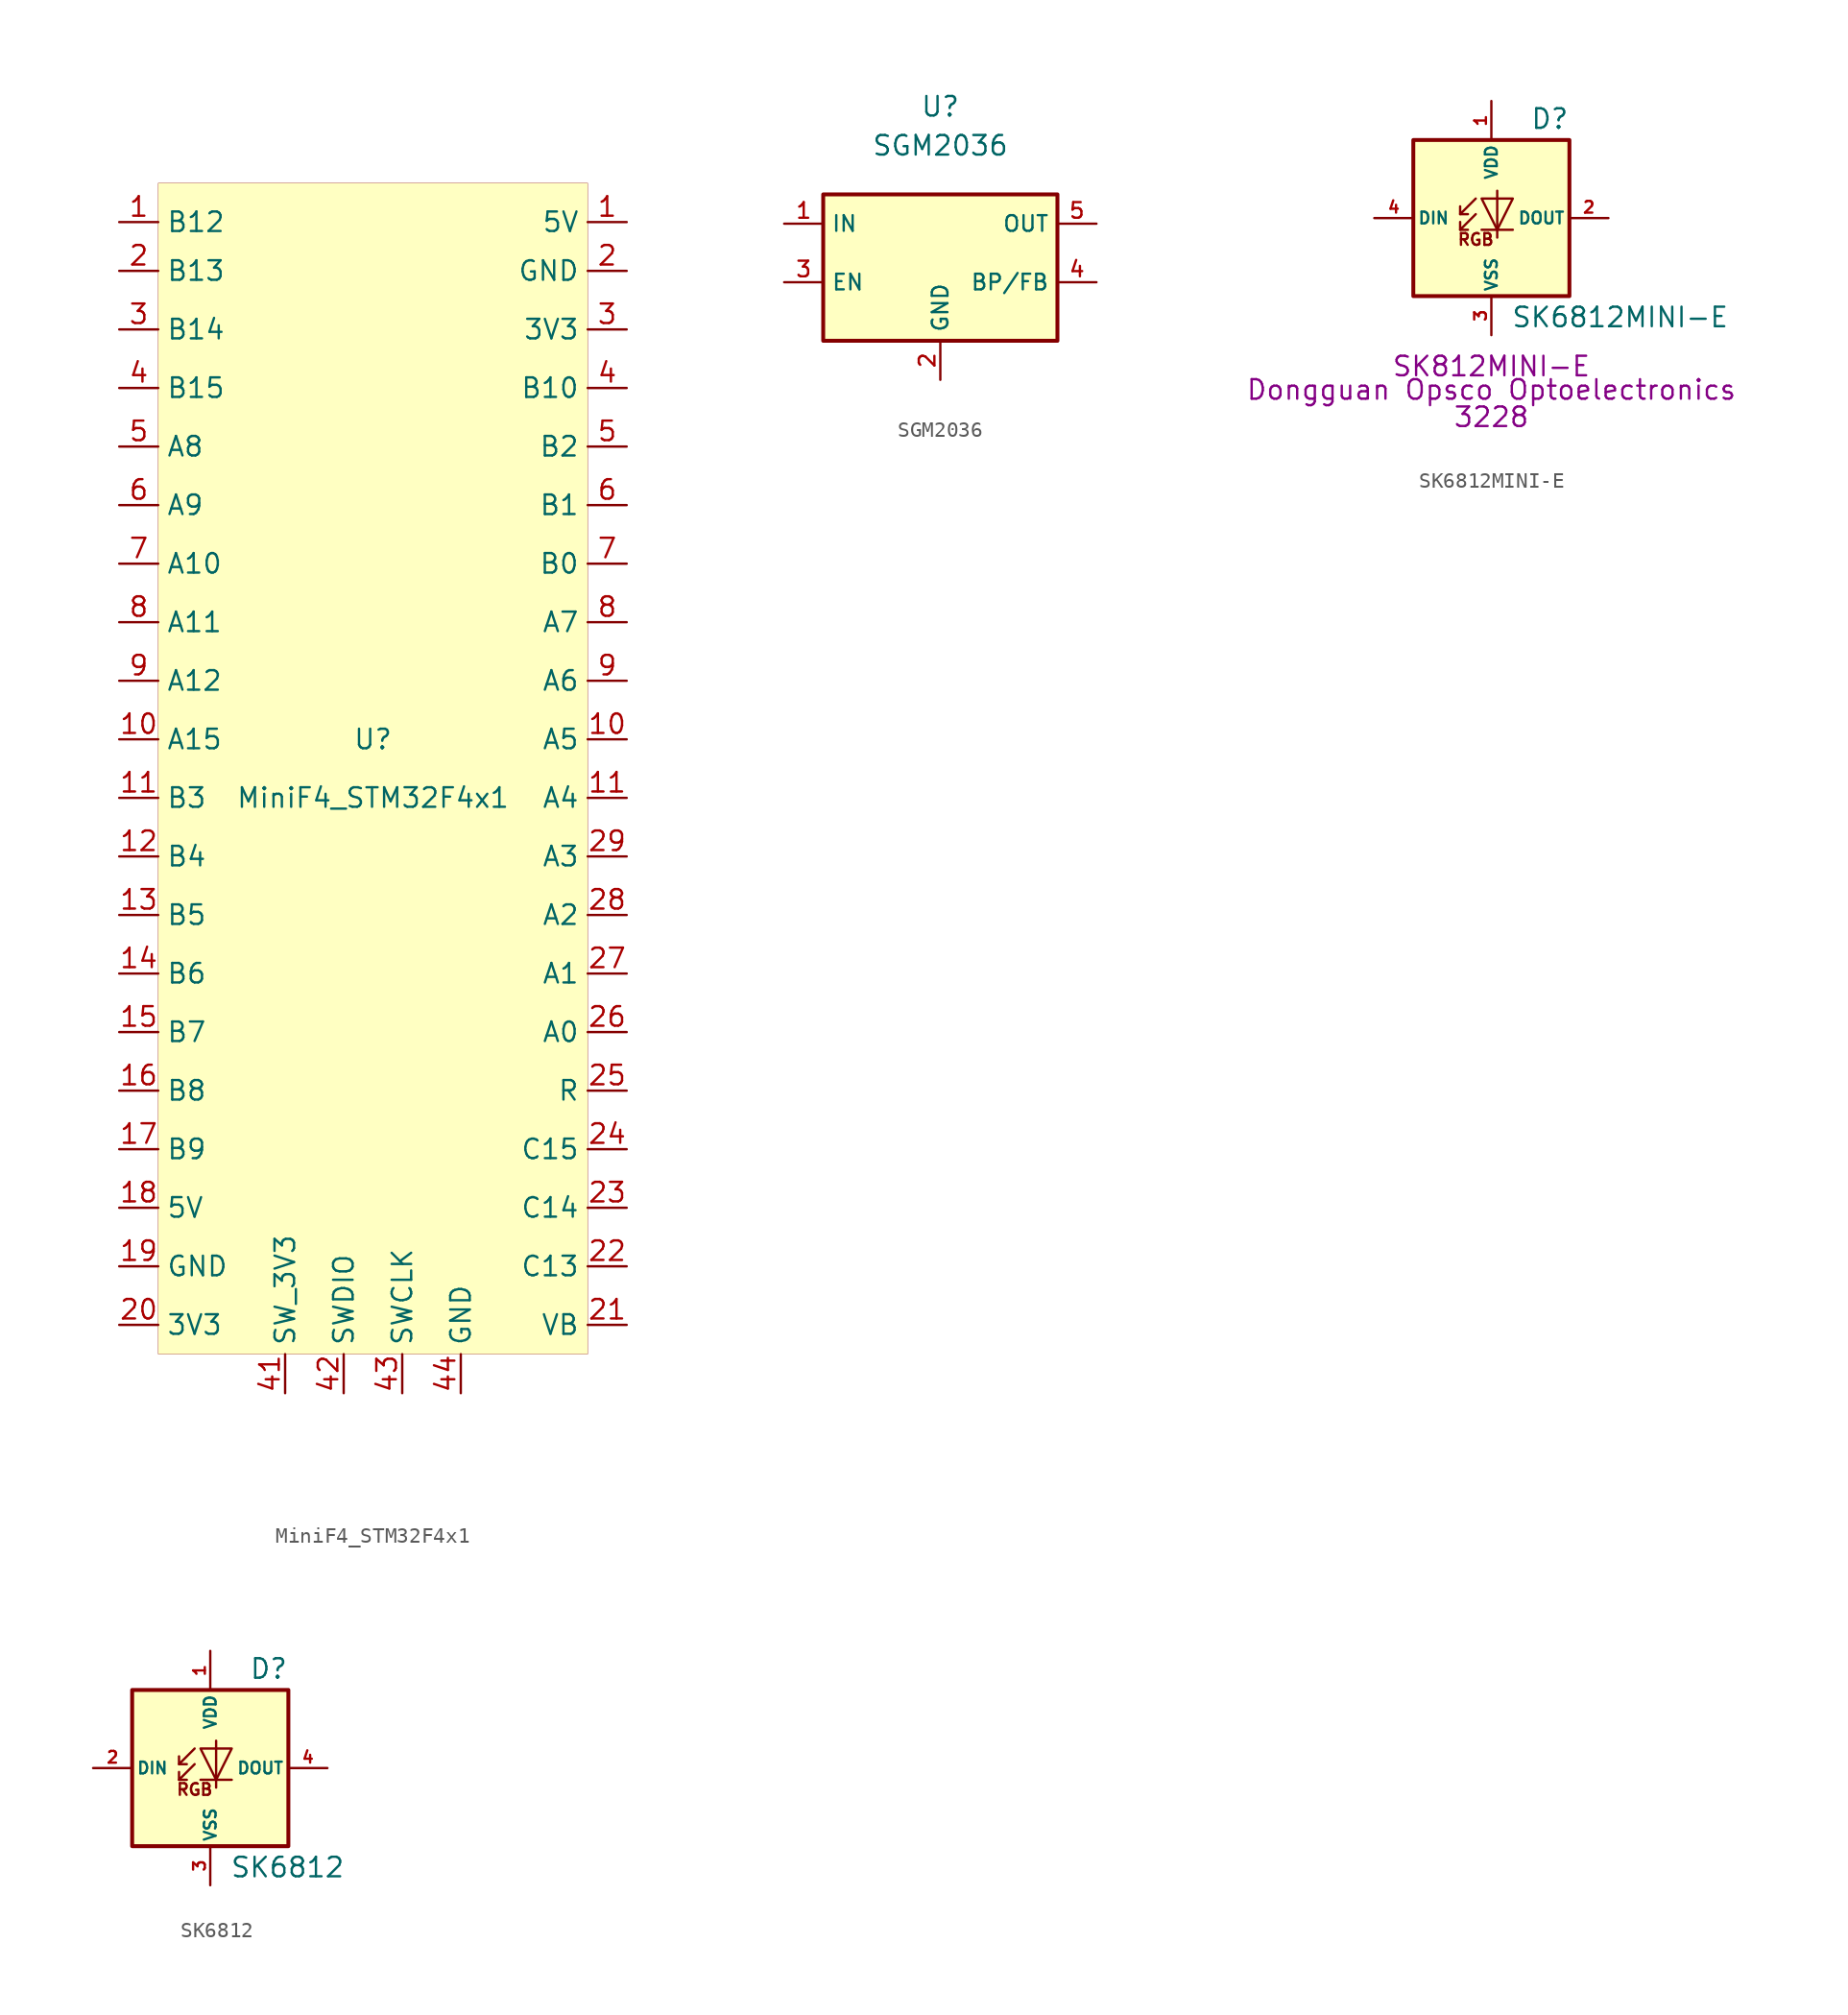
<source format=kicad_sym>
(kicad_symbol_lib
  (version 20211014)
  (generator kicad_symbol_editor)
  (symbol "acheron_Symbols:MiniF4_STM32F4x1"
    (property "Reference" "U"
      (at 0 1.905 0)
      (effects (font (size 1.27 1.27))))
    (property "Value" "MiniF4_STM32F4x1"
      (at 0 -1.905 0)
      (effects (font (size 1.27 1.27))))
    (symbol "MiniF4_STM32F4x1_0_1"
      (rectangle (start -13.97 38.1) (end 13.97 -38.1) (stroke (width 0.001) (type default) (color 0 0 0 0)) (fill (type background))))
    (symbol "MiniF4_STM32F4x1_1_1"
      (pin power_out line (at 16.51 35.56 180) (length 2.54) (name "5V" (effects (font (size 1.27 1.27)))) (number "1" (effects (font (size 1.27 1.27)))))
      (pin unspecified line (at -16.51 35.56 0) (length 2.54) (name "B12" (effects (font (size 1.27 1.27)))) (number "1" (effects (font (size 1.27 1.27)))))
      (pin unspecified line (at -16.51 1.905 0) (length 2.54) (name "A15" (effects (font (size 1.27 1.27)))) (number "10" (effects (font (size 1.27 1.27)))))
      (pin unspecified line (at 16.51 1.905 180) (length 2.54) (name "A5" (effects (font (size 1.27 1.27)))) (number "10" (effects (font (size 1.27 1.27)))))
      (pin unspecified line (at 16.51 -1.905 180) (length 2.54) (name "A4" (effects (font (size 1.27 1.27)))) (number "11" (effects (font (size 1.27 1.27)))))
      (pin unspecified line (at -16.51 -1.905 0) (length 2.54) (name "B3" (effects (font (size 1.27 1.27)))) (number "11" (effects (font (size 1.27 1.27)))))
      (pin unspecified line (at -16.51 -5.715 0) (length 2.54) (name "B4" (effects (font (size 1.27 1.27)))) (number "12" (effects (font (size 1.27 1.27)))))
      (pin unspecified line (at -16.51 -9.525 0) (length 2.54) (name "B5" (effects (font (size 1.27 1.27)))) (number "13" (effects (font (size 1.27 1.27)))))
      (pin unspecified line (at -16.51 -13.335 0) (length 2.54) (name "B6" (effects (font (size 1.27 1.27)))) (number "14" (effects (font (size 1.27 1.27)))))
      (pin unspecified line (at -16.51 -17.145 0) (length 2.54) (name "B7" (effects (font (size 1.27 1.27)))) (number "15" (effects (font (size 1.27 1.27)))))
      (pin unspecified line (at -16.51 -20.955 0) (length 2.54) (name "B8" (effects (font (size 1.27 1.27)))) (number "16" (effects (font (size 1.27 1.27)))))
      (pin unspecified line (at -16.51 -24.765 0) (length 2.54) (name "B9" (effects (font (size 1.27 1.27)))) (number "17" (effects (font (size 1.27 1.27)))))
      (pin power_out line (at -16.51 -28.575 0) (length 2.54) (name "5V" (effects (font (size 1.27 1.27)))) (number "18" (effects (font (size 1.27 1.27)))))
      (pin power_in line (at -16.51 -32.385 0) (length 2.54) (name "GND" (effects (font (size 1.27 1.27)))) (number "19" (effects (font (size 1.27 1.27)))))
      (pin unspecified line (at -16.51 32.385 0) (length 2.54) (name "B13" (effects (font (size 1.27 1.27)))) (number "2" (effects (font (size 1.27 1.27)))))
      (pin power_in line (at 16.51 32.385 180) (length 2.54) (name "GND" (effects (font (size 1.27 1.27)))) (number "2" (effects (font (size 1.27 1.27)))))
      (pin power_out line (at -16.51 -36.195 0) (length 2.54) (name "3V3" (effects (font (size 1.27 1.27)))) (number "20" (effects (font (size 1.27 1.27)))))
      (pin unspecified line (at 16.51 -36.195 180) (length 2.54) (name "VB" (effects (font (size 1.27 1.27)))) (number "21" (effects (font (size 1.27 1.27)))))
      (pin unspecified line (at 16.51 -32.385 180) (length 2.54) (name "C13" (effects (font (size 1.27 1.27)))) (number "22" (effects (font (size 1.27 1.27)))))
      (pin unspecified line (at 16.51 -28.575 180) (length 2.54) (name "C14" (effects (font (size 1.27 1.27)))) (number "23" (effects (font (size 1.27 1.27)))))
      (pin unspecified line (at 16.51 -24.765 180) (length 2.54) (name "C15" (effects (font (size 1.27 1.27)))) (number "24" (effects (font (size 1.27 1.27)))))
      (pin unspecified line (at 16.51 -20.955 180) (length 2.54) (name "R" (effects (font (size 1.27 1.27)))) (number "25" (effects (font (size 1.27 1.27)))))
      (pin unspecified line (at 16.51 -17.145 180) (length 2.54) (name "A0" (effects (font (size 1.27 1.27)))) (number "26" (effects (font (size 1.27 1.27)))))
      (pin unspecified line (at 16.51 -13.335 180) (length 2.54) (name "A1" (effects (font (size 1.27 1.27)))) (number "27" (effects (font (size 1.27 1.27)))))
      (pin unspecified line (at 16.51 -9.525 180) (length 2.54) (name "A2" (effects (font (size 1.27 1.27)))) (number "28" (effects (font (size 1.27 1.27)))))
      (pin unspecified line (at 16.51 -5.715 180) (length 2.54) (name "A3" (effects (font (size 1.27 1.27)))) (number "29" (effects (font (size 1.27 1.27)))))
      (pin power_out line (at 16.51 28.575 180) (length 2.54) (name "3V3" (effects (font (size 1.27 1.27)))) (number "3" (effects (font (size 1.27 1.27)))))
      (pin unspecified line (at -16.51 28.575 0) (length 2.54) (name "B14" (effects (font (size 1.27 1.27)))) (number "3" (effects (font (size 1.27 1.27)))))
      (pin unspecified line (at 16.51 24.765 180) (length 2.54) (name "B10" (effects (font (size 1.27 1.27)))) (number "4" (effects (font (size 1.27 1.27)))))
      (pin unspecified line (at -16.51 24.765 0) (length 2.54) (name "B15" (effects (font (size 1.27 1.27)))) (number "4" (effects (font (size 1.27 1.27)))))
      (pin power_in line (at -5.715 -40.64 90) (length 2.54) (name "SW_3V3" (effects (font (size 1.27 1.27)))) (number "41" (effects (font (size 1.27 1.27)))))
      (pin bidirectional line (at -1.905 -40.64 90) (length 2.54) (name "SWDIO" (effects (font (size 1.27 1.27)))) (number "42" (effects (font (size 1.27 1.27)))))
      (pin input line (at 1.905 -40.64 90) (length 2.54) (name "SWCLK" (effects (font (size 1.27 1.27)))) (number "43" (effects (font (size 1.27 1.27)))))
      (pin power_out line (at 5.715 -40.64 90) (length 2.54) (name "GND" (effects (font (size 1.27 1.27)))) (number "44" (effects (font (size 1.27 1.27)))))
      (pin unspecified line (at -16.51 20.955 0) (length 2.54) (name "A8" (effects (font (size 1.27 1.27)))) (number "5" (effects (font (size 1.27 1.27)))))
      (pin unspecified line (at 16.51 20.955 180) (length 2.54) (name "B2" (effects (font (size 1.27 1.27)))) (number "5" (effects (font (size 1.27 1.27)))))
      (pin unspecified line (at -16.51 17.145 0) (length 2.54) (name "A9" (effects (font (size 1.27 1.27)))) (number "6" (effects (font (size 1.27 1.27)))))
      (pin unspecified line (at 16.51 17.145 180) (length 2.54) (name "B1" (effects (font (size 1.27 1.27)))) (number "6" (effects (font (size 1.27 1.27)))))
      (pin unspecified line (at -16.51 13.335 0) (length 2.54) (name "A10" (effects (font (size 1.27 1.27)))) (number "7" (effects (font (size 1.27 1.27)))))
      (pin unspecified line (at 16.51 13.335 180) (length 2.54) (name "B0" (effects (font (size 1.27 1.27)))) (number "7" (effects (font (size 1.27 1.27)))))
      (pin unspecified line (at -16.51 9.525 0) (length 2.54) (name "A11" (effects (font (size 1.27 1.27)))) (number "8" (effects (font (size 1.27 1.27)))))
      (pin unspecified line (at 16.51 9.525 180) (length 2.54) (name "A7" (effects (font (size 1.27 1.27)))) (number "8" (effects (font (size 1.27 1.27)))))
      (pin unspecified line (at -16.51 5.715 0) (length 2.54) (name "A12" (effects (font (size 1.27 1.27)))) (number "9" (effects (font (size 1.27 1.27)))))
      (pin unspecified line (at 16.51 5.715 180) (length 2.54) (name "A6" (effects (font (size 1.27 1.27)))) (number "9" (effects (font (size 1.27 1.27)))))))
  (symbol "acheron_Symbols:SGM2036"
    (property "Reference" "U"
      (at 0 10.16 0)
      (effects (font (size 1.27 1.27))))
    (property "Value" "SGM2036"
      (at 0 7.62 0)
      (effects (font (size 1.27 1.27))))
    (symbol "SGM2036_0_1"
      (rectangle (start -7.62 4.445) (end 7.62 -5.08) (stroke (width 0.254) (type default) (color 0 0 0 0)) (fill (type background))))
    (symbol "SGM2036_1_1"
      (pin power_in line (at -10.16 2.54 0) (length 2.54) (name "IN" (effects (font (size 1.016 1.016)))) (number "1" (effects (font (size 1.016 1.016)))))
      (pin power_in line (at 0 -7.62 90) (length 2.54) (name "GND" (effects (font (size 1.016 1.016)))) (number "2" (effects (font (size 1.016 1.016)))))
      (pin input line (at -10.16 -1.27 0) (length 2.54) (name "EN" (effects (font (size 1.016 1.016)))) (number "3" (effects (font (size 1.016 1.016)))))
      (pin passive line (at 10.16 -1.27 180) (length 2.54) (name "BP/FB" (effects (font (size 1.016 1.016)))) (number "4" (effects (font (size 1.016 1.016)))))
      (pin power_out line (at 10.16 2.54 180) (length 2.54) (name "OUT" (effects (font (size 1.016 1.016)))) (number "5" (effects (font (size 1.016 1.016)))))))
  (symbol "acheron_Symbols:SK6812MINI-E"
    (pin_names
      (offset 0.254))
    (property "Reference" "D"
      (at 5.08 5.715 0)
      (effects (font (size 1.27 1.27)) (justify right bottom)))
    (property "Value" "SK6812MINI-E"
      (at 1.27 -5.715 0)
      (effects (font (size 1.27 1.27)) (justify left top)))
    (property "MFN" "Dongguan Opsco Optoelectronics"
      (at 0 -11.176 0)
      (effects (font (size 1.27 1.27))))
    (property "MPN" "SK812MINI-E"
      (at 0 -9.652 0)
      (effects (font (size 1.27 1.27))))
    (property "PKG" "3228"
      (at 0 -12.954 0)
      (effects (font (size 1.27 1.27))))
    (symbol "SK6812MINI-E_0_0"
      (text "RGB" (at -1.016 -1.397 0) (effects (font (size 0.762 0.762)))))
    (symbol "SK6812MINI-E_0_1"
      (polyline (pts (xy -2.032 -0.762) (xy -1.524 -0.762)) (stroke (width 0) (type default) (color 0 0 0 0)) (fill (type none)))
      (polyline (pts (xy -2.032 0.254) (xy -1.524 0.254)) (stroke (width 0) (type default) (color 0 0 0 0)) (fill (type none)))
      (polyline (pts (xy 1.397 -0.762) (xy -0.635 -0.762)) (stroke (width 0) (type default) (color 0 0 0 0)) (fill (type none)))
      (polyline (pts (xy -1.016 0.254) (xy -2.032 -0.762) (xy -2.032 -0.254)) (stroke (width 0) (type default) (color 0 0 0 0)) (fill (type none)))
      (polyline (pts (xy -1.016 1.27) (xy -2.032 0.254) (xy -2.032 0.762)) (stroke (width 0) (type default) (color 0 0 0 0)) (fill (type none)))
      (polyline (pts (xy 0.381 1.778) (xy 0.381 -0.762) (xy 0.381 -1.27)) (stroke (width 0) (type default) (color 0 0 0 0)) (fill (type none)))
      (polyline (pts (xy 1.397 1.27) (xy -0.635 1.27) (xy 0.381 -0.762) (xy 1.397 1.27)) (stroke (width 0) (type default) (color 0 0 0 0)) (fill (type none)))
      (rectangle (start 5.08 5.08) (end -5.08 -5.08) (stroke (width 0.254) (type default) (color 0 0 0 0)) (fill (type background))))
    (symbol "SK6812MINI-E_1_1"
      (pin power_in line (at 0 7.62 270) (length 2.54) (name "VDD" (effects (font (size 0.762 0.762)))) (number "1" (effects (font (size 0.762 0.762)))))
      (pin output line (at 7.62 0 180) (length 2.54) (name "DOUT" (effects (font (size 0.762 0.762)))) (number "2" (effects (font (size 0.762 0.762)))))
      (pin power_in line (at 0 -7.62 90) (length 2.54) (name "VSS" (effects (font (size 0.762 0.762)))) (number "3" (effects (font (size 0.762 0.762)))))
      (pin input line (at -7.62 0 0) (length 2.54) (name "DIN" (effects (font (size 0.762 0.762)))) (number "4" (effects (font (size 0.762 0.762)))))))
  (symbol "acheron_Symbols:SK6812"
    (pin_names
      (offset 0.254))
    (property "Reference" "D"
      (at 5.08 5.715 0)
      (effects (font (size 1.27 1.27)) (justify right bottom)))
    (property "Value" "SK6812"
      (at 1.27 -5.715 0)
      (effects (font (size 1.27 1.27)) (justify left top)))
    (symbol "SK6812_0_0"
      (text "RGB" (at -1.016 -1.397 0) (effects (font (size 0.762 0.762)))))
    (symbol "SK6812_0_1"
      (polyline (pts (xy -2.032 -0.762) (xy -1.524 -0.762)) (stroke (width 0) (type default) (color 0 0 0 0)) (fill (type none)))
      (polyline (pts (xy -2.032 0.254) (xy -1.524 0.254)) (stroke (width 0) (type default) (color 0 0 0 0)) (fill (type none)))
      (polyline (pts (xy 1.397 -0.762) (xy -0.635 -0.762)) (stroke (width 0) (type default) (color 0 0 0 0)) (fill (type none)))
      (polyline (pts (xy -1.016 0.254) (xy -2.032 -0.762) (xy -2.032 -0.254)) (stroke (width 0) (type default) (color 0 0 0 0)) (fill (type none)))
      (polyline (pts (xy -1.016 1.27) (xy -2.032 0.254) (xy -2.032 0.762)) (stroke (width 0) (type default) (color 0 0 0 0)) (fill (type none)))
      (polyline (pts (xy 0.381 1.778) (xy 0.381 -0.762) (xy 0.381 -1.27)) (stroke (width 0) (type default) (color 0 0 0 0)) (fill (type none)))
      (polyline (pts (xy 1.397 1.27) (xy -0.635 1.27) (xy 0.381 -0.762) (xy 1.397 1.27)) (stroke (width 0) (type default) (color 0 0 0 0)) (fill (type none)))
      (rectangle (start 5.08 5.08) (end -5.08 -5.08) (stroke (width 0.254) (type default) (color 0 0 0 0)) (fill (type background))))
    (symbol "SK6812_1_1"
      (pin power_in line (at 0 7.62 270) (length 2.54) (name "VDD" (effects (font (size 0.762 0.762)))) (number "1" (effects (font (size 0.762 0.762)))))
      (pin input line (at -7.62 0 0) (length 2.54) (name "DIN" (effects (font (size 0.762 0.762)))) (number "2" (effects (font (size 0.762 0.762)))))
      (pin power_in line (at 0 -7.62 90) (length 2.54) (name "VSS" (effects (font (size 0.762 0.762)))) (number "3" (effects (font (size 0.762 0.762)))))
      (pin output line (at 7.62 0 180) (length 2.54) (name "DOUT" (effects (font (size 0.762 0.762)))) (number "4" (effects (font (size 0.762 0.762))))))))
</source>
